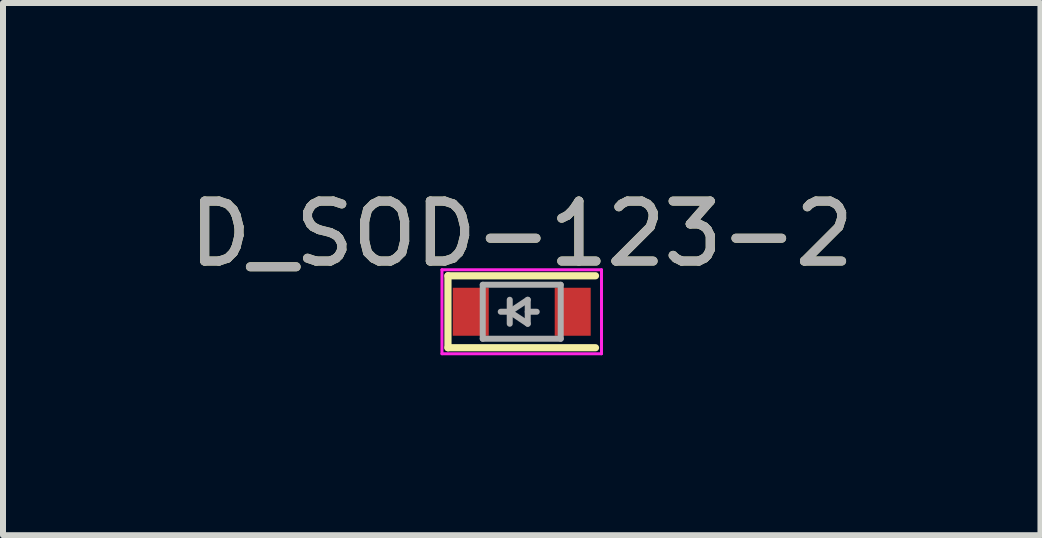
<source format=kicad_pcb>
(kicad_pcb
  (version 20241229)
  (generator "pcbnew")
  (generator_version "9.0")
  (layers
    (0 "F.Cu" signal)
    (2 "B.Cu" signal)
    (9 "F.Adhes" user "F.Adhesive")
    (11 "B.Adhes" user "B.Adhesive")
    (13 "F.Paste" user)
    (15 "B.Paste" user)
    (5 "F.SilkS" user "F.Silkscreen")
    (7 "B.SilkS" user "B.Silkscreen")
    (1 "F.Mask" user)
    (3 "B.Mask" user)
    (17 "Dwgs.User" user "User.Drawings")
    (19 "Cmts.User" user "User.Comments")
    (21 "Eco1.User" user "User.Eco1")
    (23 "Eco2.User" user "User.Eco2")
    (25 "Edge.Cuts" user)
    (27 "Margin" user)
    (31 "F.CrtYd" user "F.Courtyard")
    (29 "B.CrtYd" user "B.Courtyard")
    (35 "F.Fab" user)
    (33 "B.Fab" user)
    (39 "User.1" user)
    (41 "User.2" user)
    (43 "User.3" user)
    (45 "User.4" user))
  (footprint "D_SOD-123-2"
    (layer "F.Cu")
    (at 5.649 2.148)
    (property "Reference" "D_SOD-123-2" (at 0 -1.3 0) (layer "F.SilkS") (effects (font (size 1 1) (thickness 0.15))))
    (attr smd)
    (fp_line (start -1.23 -0.6) (end -1.23 0.6) (stroke (width 0.12) (type solid)) (layer "F.SilkS"))
    (fp_line (start 1.23 -0.6) (end -1.23 -0.6) (stroke (width 0.12) (type solid)) (layer "F.SilkS"))
    (fp_line (start 1.23 0.6) (end -1.23 0.6) (stroke (width 0.12) (type solid)) (layer "F.SilkS"))
    (fp_line (start -1.33 -0.7) (end 1.33 -0.7) (stroke (width 0.05) (type solid)) (layer "F.CrtYd"))
    (fp_line (start -1.33 0.7) (end -1.33 -0.7) (stroke (width 0.05) (type solid)) (layer "F.CrtYd"))
    (fp_line (start 1.33 -0.7) (end 1.33 0.7) (stroke (width 0.05) (type solid)) (layer "F.CrtYd"))
    (fp_line (start 1.33 0.7) (end -1.33 0.7) (stroke (width 0.05) (type solid)) (layer "F.CrtYd"))
    (fp_line (start -0.65 -0.45) (end 0.65 -0.45) (stroke (width 0.1) (type solid)) (layer "F.Fab"))
    (fp_line (start -0.65 0.45) (end -0.65 -0.45) (stroke (width 0.1) (type solid)) (layer "F.Fab"))
    (fp_line (start -0.2 0) (end -0.35 0) (stroke (width 0.1) (type solid)) (layer "F.Fab"))
    (fp_line (start -0.2 0) (end 0.1 0.2) (stroke (width 0.1) (type solid)) (layer "F.Fab"))
    (fp_line (start -0.2 0.2) (end -0.2 -0.2) (stroke (width 0.1) (type solid)) (layer "F.Fab"))
    (fp_line (start 0.1 -0.2) (end -0.2 0) (stroke (width 0.1) (type solid)) (layer "F.Fab"))
    (fp_line (start 0.1 0) (end 0.25 0) (stroke (width 0.1) (type solid)) (layer "F.Fab"))
    (fp_line (start 0.1 0.2) (end 0.1 -0.2) (stroke (width 0.1) (type solid)) (layer "F.Fab"))
    (fp_line (start 0.65 -0.45) (end 0.65 0.45) (stroke (width 0.1) (type solid)) (layer "F.Fab"))
    (fp_line (start 0.65 0.45) (end -0.65 0.45) (stroke (width 0.1) (type solid)) (layer "F.Fab"))
    (fp_text user "${REFERENCE}" (at 0 -1.3 0) (layer "F.Fab") (effects (font (size 1 1) (thickness 0.15))))
    (pad "1" smd rect (at -0.85 0 180) (size 0.6 0.8) (layers "F.Cu" "F.Mask" "F.Paste"))
    (pad "2" smd rect (at 0.85 0 180) (size 0.6 0.8) (layers "F.Cu" "F.Mask" "F.Paste")))
  (gr_rect
    (start -3 -3)
    (end 14.298 5.873)
    (stroke (width 0.1) (type default))
    (fill no)
    (layer "Edge.Cuts")))
</source>
